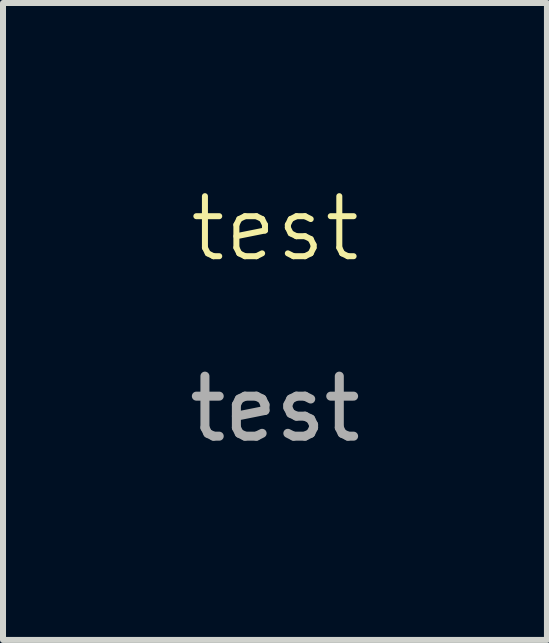
<source format=kicad_pcb>
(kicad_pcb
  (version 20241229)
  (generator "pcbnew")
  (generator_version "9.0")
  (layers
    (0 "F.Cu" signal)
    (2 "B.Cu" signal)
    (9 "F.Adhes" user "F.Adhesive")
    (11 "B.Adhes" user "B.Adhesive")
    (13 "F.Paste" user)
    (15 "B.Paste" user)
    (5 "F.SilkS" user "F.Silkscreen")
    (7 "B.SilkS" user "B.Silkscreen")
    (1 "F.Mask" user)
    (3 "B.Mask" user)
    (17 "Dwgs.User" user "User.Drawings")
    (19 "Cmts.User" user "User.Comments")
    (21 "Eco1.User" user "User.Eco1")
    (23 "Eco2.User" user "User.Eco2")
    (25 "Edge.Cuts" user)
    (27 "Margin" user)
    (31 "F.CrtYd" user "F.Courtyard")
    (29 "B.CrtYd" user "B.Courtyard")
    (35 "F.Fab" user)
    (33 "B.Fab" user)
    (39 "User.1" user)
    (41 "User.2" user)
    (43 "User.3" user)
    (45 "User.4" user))
  (footprint "test"
    (layer "F.Cu")
    (at 1.53 1.26)
    (property "Reference" "test" (at 0 -0.5 0) (unlocked yes) (layer "F.SilkS") (effects (font (size 1 1) (thickness 0.1))))
    (attr smd)
    (fp_text user "${REFERENCE}" (at 0 2.5 0) (unlocked yes) (layer "F.Fab") (effects (font (size 1 1) (thickness 0.15)))))
  (gr_rect
    (start -3 -3)
    (end 6.06 7.609)
    (stroke (width 0.1) (type default))
    (fill no)
    (layer "Edge.Cuts")))
</source>
